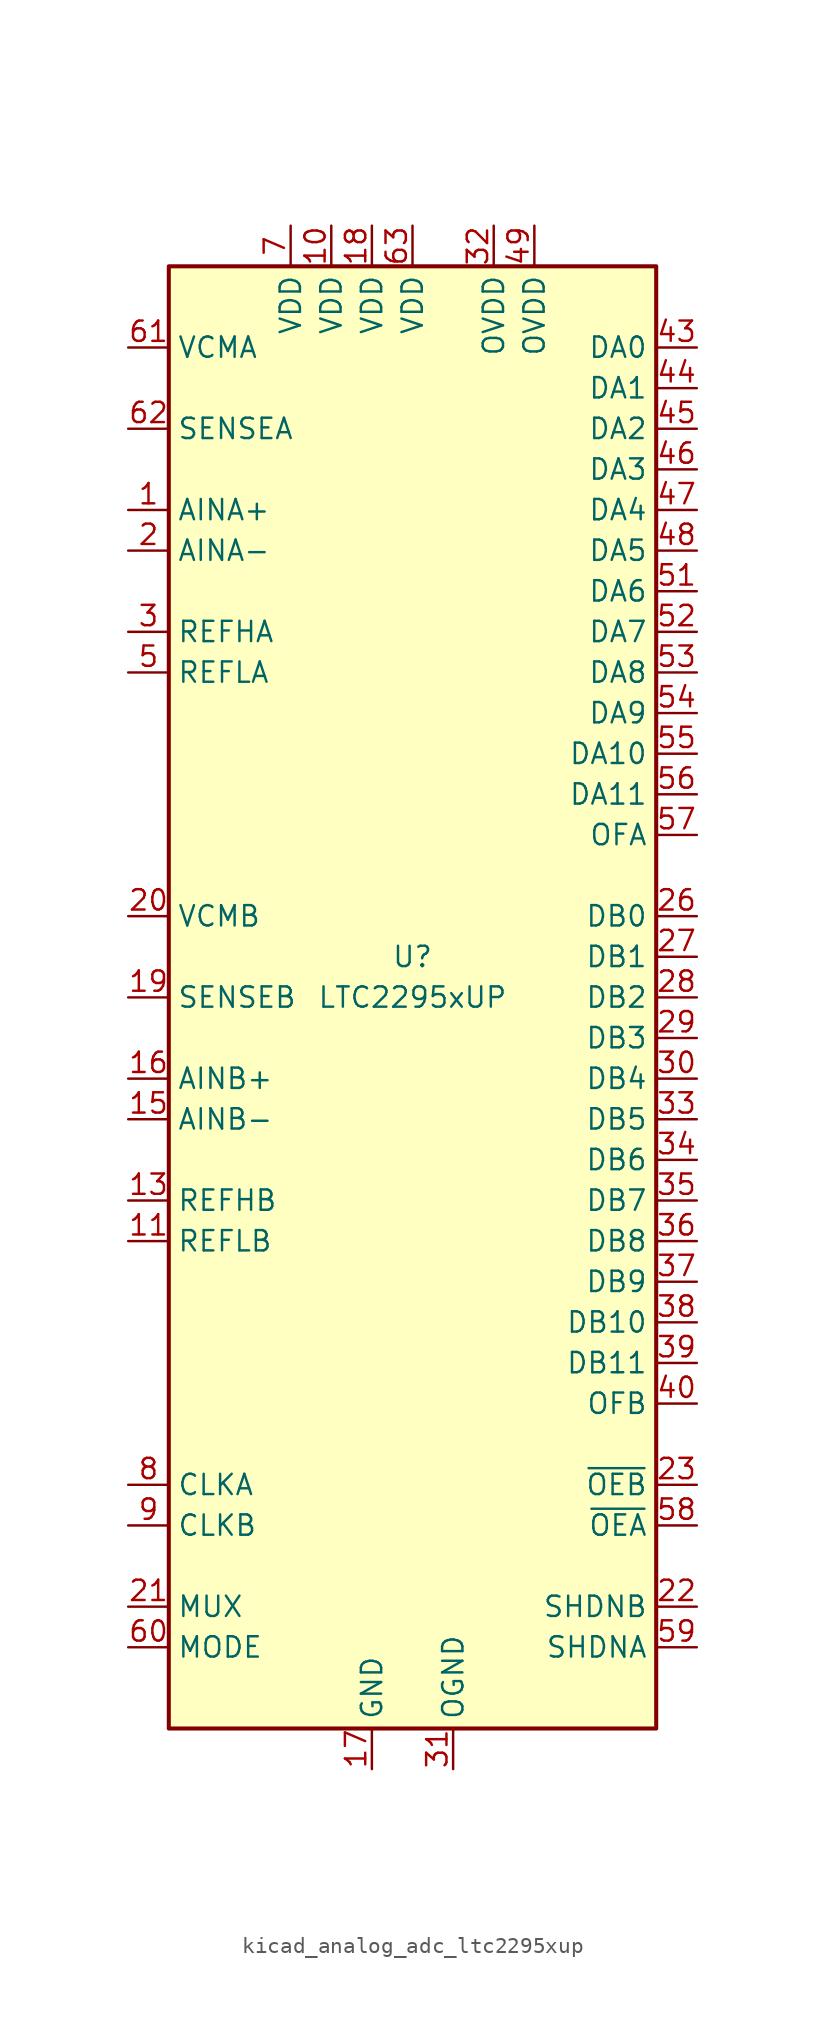
<source format=kicad_sym>
(kicad_symbol_lib
  (version 20220914)
  (generator kicad_symbol_editor)
  (symbol "kicad_analog_adc_ltc2295xup"
    (property "Reference" "U"
      (at 0 2.54 0)
      (effects (font (size 1.27 1.27))))
    (property "Value" "LTC2295xUP"
      (at 0 0 0)
      (effects (font (size 1.27 1.27))))
    (symbol "kicad_analog_adc_ltc2295xup_0_1"
      (rectangle (start -15.24 45.72) (end 15.24 -45.72) (stroke (width 0.254) (type default)) (fill (type background))))
    (symbol "kicad_analog_adc_ltc2295xup_1_1"
      (pin input line (at -17.78 30.48 0) (length 2.54) (name "AINA+" (effects (font (size 1.27 1.27)))) (number "1" (effects (font (size 1.27 1.27)))))
      (pin power_in line (at -5.08 48.26 270) (length 2.54) (name "VDD" (effects (font (size 1.27 1.27)))) (number "10" (effects (font (size 1.27 1.27)))))
      (pin input line (at -17.78 -15.24 0) (length 2.54) (name "REFLB" (effects (font (size 1.27 1.27)))) (number "11" (effects (font (size 1.27 1.27)))))
      (pin input line (at -17.78 -15.24 0) (length 2.54) hide (name "REFLB" (effects (font (size 1.27 1.27)))) (number "12" (effects (font (size 1.27 1.27)))))
      (pin input line (at -17.78 -12.7 0) (length 2.54) (name "REFHB" (effects (font (size 1.27 1.27)))) (number "13" (effects (font (size 1.27 1.27)))))
      (pin input line (at -17.78 -12.7 0) (length 2.54) hide (name "REFHB" (effects (font (size 1.27 1.27)))) (number "14" (effects (font (size 1.27 1.27)))))
      (pin input line (at -17.78 -7.62 0) (length 2.54) (name "AINB-" (effects (font (size 1.27 1.27)))) (number "15" (effects (font (size 1.27 1.27)))))
      (pin input line (at -17.78 -5.08 0) (length 2.54) (name "AINB+" (effects (font (size 1.27 1.27)))) (number "16" (effects (font (size 1.27 1.27)))))
      (pin power_in line (at -2.54 -48.26 90) (length 2.54) (name "GND" (effects (font (size 1.27 1.27)))) (number "17" (effects (font (size 1.27 1.27)))))
      (pin power_in line (at -2.54 48.26 270) (length 2.54) (name "VDD" (effects (font (size 1.27 1.27)))) (number "18" (effects (font (size 1.27 1.27)))))
      (pin input line (at -17.78 0 0) (length 2.54) (name "SENSEB" (effects (font (size 1.27 1.27)))) (number "19" (effects (font (size 1.27 1.27)))))
      (pin input line (at -17.78 27.94 0) (length 2.54) (name "AINA-" (effects (font (size 1.27 1.27)))) (number "2" (effects (font (size 1.27 1.27)))))
      (pin passive line (at -17.78 5.08 0) (length 2.54) (name "VCMB" (effects (font (size 1.27 1.27)))) (number "20" (effects (font (size 1.27 1.27)))))
      (pin input line (at -17.78 -38.1 0) (length 2.54) (name "MUX" (effects (font (size 1.27 1.27)))) (number "21" (effects (font (size 1.27 1.27)))))
      (pin input line (at 17.78 -38.1 180) (length 2.54) (name "SHDNB" (effects (font (size 1.27 1.27)))) (number "22" (effects (font (size 1.27 1.27)))))
      (pin input line (at 17.78 -30.48 180) (length 2.54) (name "~{OEB}" (effects (font (size 1.27 1.27)))) (number "23" (effects (font (size 1.27 1.27)))))
      (pin no_connect line (at -15.24 -20.32 0) (length 2.54) hide (name "NC" (effects (font (size 1.27 1.27)))) (number "24" (effects (font (size 1.27 1.27)))))
      (pin no_connect line (at -15.24 -22.86 0) (length 2.54) hide (name "NC" (effects (font (size 1.27 1.27)))) (number "25" (effects (font (size 1.27 1.27)))))
      (pin output line (at 17.78 5.08 180) (length 2.54) (name "DB0" (effects (font (size 1.27 1.27)))) (number "26" (effects (font (size 1.27 1.27)))))
      (pin output line (at 17.78 2.54 180) (length 2.54) (name "DB1" (effects (font (size 1.27 1.27)))) (number "27" (effects (font (size 1.27 1.27)))))
      (pin output line (at 17.78 0 180) (length 2.54) (name "DB2" (effects (font (size 1.27 1.27)))) (number "28" (effects (font (size 1.27 1.27)))))
      (pin output line (at 17.78 -2.54 180) (length 2.54) (name "DB3" (effects (font (size 1.27 1.27)))) (number "29" (effects (font (size 1.27 1.27)))))
      (pin input line (at -17.78 22.86 0) (length 2.54) (name "REFHA" (effects (font (size 1.27 1.27)))) (number "3" (effects (font (size 1.27 1.27)))))
      (pin output line (at 17.78 -5.08 180) (length 2.54) (name "DB4" (effects (font (size 1.27 1.27)))) (number "30" (effects (font (size 1.27 1.27)))))
      (pin power_in line (at 2.54 -48.26 90) (length 2.54) (name "OGND" (effects (font (size 1.27 1.27)))) (number "31" (effects (font (size 1.27 1.27)))))
      (pin power_in line (at 5.08 48.26 270) (length 2.54) (name "OVDD" (effects (font (size 1.27 1.27)))) (number "32" (effects (font (size 1.27 1.27)))))
      (pin output line (at 17.78 -7.62 180) (length 2.54) (name "DB5" (effects (font (size 1.27 1.27)))) (number "33" (effects (font (size 1.27 1.27)))))
      (pin output line (at 17.78 -10.16 180) (length 2.54) (name "DB6" (effects (font (size 1.27 1.27)))) (number "34" (effects (font (size 1.27 1.27)))))
      (pin output line (at 17.78 -12.7 180) (length 2.54) (name "DB7" (effects (font (size 1.27 1.27)))) (number "35" (effects (font (size 1.27 1.27)))))
      (pin output line (at 17.78 -15.24 180) (length 2.54) (name "DB8" (effects (font (size 1.27 1.27)))) (number "36" (effects (font (size 1.27 1.27)))))
      (pin output line (at 17.78 -17.78 180) (length 2.54) (name "DB9" (effects (font (size 1.27 1.27)))) (number "37" (effects (font (size 1.27 1.27)))))
      (pin output line (at 17.78 -20.32 180) (length 2.54) (name "DB10" (effects (font (size 1.27 1.27)))) (number "38" (effects (font (size 1.27 1.27)))))
      (pin output line (at 17.78 -22.86 180) (length 2.54) (name "DB11" (effects (font (size 1.27 1.27)))) (number "39" (effects (font (size 1.27 1.27)))))
      (pin input line (at -17.78 22.86 0) (length 2.54) hide (name "REFHA" (effects (font (size 1.27 1.27)))) (number "4" (effects (font (size 1.27 1.27)))))
      (pin output line (at 17.78 -25.4 180) (length 2.54) (name "OFB" (effects (font (size 1.27 1.27)))) (number "40" (effects (font (size 1.27 1.27)))))
      (pin no_connect line (at -15.24 -25.4 0) (length 2.54) hide (name "NC" (effects (font (size 1.27 1.27)))) (number "41" (effects (font (size 1.27 1.27)))))
      (pin no_connect line (at -15.24 -27.94 0) (length 2.54) hide (name "NC" (effects (font (size 1.27 1.27)))) (number "42" (effects (font (size 1.27 1.27)))))
      (pin output line (at 17.78 40.64 180) (length 2.54) (name "DA0" (effects (font (size 1.27 1.27)))) (number "43" (effects (font (size 1.27 1.27)))))
      (pin output line (at 17.78 38.1 180) (length 2.54) (name "DA1" (effects (font (size 1.27 1.27)))) (number "44" (effects (font (size 1.27 1.27)))))
      (pin output line (at 17.78 35.56 180) (length 2.54) (name "DA2" (effects (font (size 1.27 1.27)))) (number "45" (effects (font (size 1.27 1.27)))))
      (pin output line (at 17.78 33.02 180) (length 2.54) (name "DA3" (effects (font (size 1.27 1.27)))) (number "46" (effects (font (size 1.27 1.27)))))
      (pin output line (at 17.78 30.48 180) (length 2.54) (name "DA4" (effects (font (size 1.27 1.27)))) (number "47" (effects (font (size 1.27 1.27)))))
      (pin output line (at 17.78 27.94 180) (length 2.54) (name "DA5" (effects (font (size 1.27 1.27)))) (number "48" (effects (font (size 1.27 1.27)))))
      (pin power_in line (at 7.62 48.26 270) (length 2.54) (name "OVDD" (effects (font (size 1.27 1.27)))) (number "49" (effects (font (size 1.27 1.27)))))
      (pin input line (at -17.78 20.32 0) (length 2.54) (name "REFLA" (effects (font (size 1.27 1.27)))) (number "5" (effects (font (size 1.27 1.27)))))
      (pin passive line (at 2.54 -48.26 90) (length 2.54) hide (name "OGND" (effects (font (size 1.27 1.27)))) (number "50" (effects (font (size 1.27 1.27)))))
      (pin output line (at 17.78 25.4 180) (length 2.54) (name "DA6" (effects (font (size 1.27 1.27)))) (number "51" (effects (font (size 1.27 1.27)))))
      (pin output line (at 17.78 22.86 180) (length 2.54) (name "DA7" (effects (font (size 1.27 1.27)))) (number "52" (effects (font (size 1.27 1.27)))))
      (pin output line (at 17.78 20.32 180) (length 2.54) (name "DA8" (effects (font (size 1.27 1.27)))) (number "53" (effects (font (size 1.27 1.27)))))
      (pin output line (at 17.78 17.78 180) (length 2.54) (name "DA9" (effects (font (size 1.27 1.27)))) (number "54" (effects (font (size 1.27 1.27)))))
      (pin output line (at 17.78 15.24 180) (length 2.54) (name "DA10" (effects (font (size 1.27 1.27)))) (number "55" (effects (font (size 1.27 1.27)))))
      (pin output line (at 17.78 12.7 180) (length 2.54) (name "DA11" (effects (font (size 1.27 1.27)))) (number "56" (effects (font (size 1.27 1.27)))))
      (pin output line (at 17.78 10.16 180) (length 2.54) (name "OFA" (effects (font (size 1.27 1.27)))) (number "57" (effects (font (size 1.27 1.27)))))
      (pin input line (at 17.78 -33.02 180) (length 2.54) (name "~{OEA}" (effects (font (size 1.27 1.27)))) (number "58" (effects (font (size 1.27 1.27)))))
      (pin input line (at 17.78 -40.64 180) (length 2.54) (name "SHDNA" (effects (font (size 1.27 1.27)))) (number "59" (effects (font (size 1.27 1.27)))))
      (pin input line (at -17.78 20.32 0) (length 2.54) hide (name "REFLA" (effects (font (size 1.27 1.27)))) (number "6" (effects (font (size 1.27 1.27)))))
      (pin input line (at -17.78 -40.64 0) (length 2.54) (name "MODE" (effects (font (size 1.27 1.27)))) (number "60" (effects (font (size 1.27 1.27)))))
      (pin passive line (at -17.78 40.64 0) (length 2.54) (name "VCMA" (effects (font (size 1.27 1.27)))) (number "61" (effects (font (size 1.27 1.27)))))
      (pin input line (at -17.78 35.56 0) (length 2.54) (name "SENSEA" (effects (font (size 1.27 1.27)))) (number "62" (effects (font (size 1.27 1.27)))))
      (pin power_in line (at 0 48.26 270) (length 2.54) (name "VDD" (effects (font (size 1.27 1.27)))) (number "63" (effects (font (size 1.27 1.27)))))
      (pin passive line (at -2.54 -48.26 90) (length 2.54) hide (name "GND" (effects (font (size 1.27 1.27)))) (number "64" (effects (font (size 1.27 1.27)))))
      (pin passive line (at -2.54 -48.26 90) (length 2.54) hide (name "GND" (effects (font (size 1.27 1.27)))) (number "65" (effects (font (size 1.27 1.27)))))
      (pin power_in line (at -7.62 48.26 270) (length 2.54) (name "VDD" (effects (font (size 1.27 1.27)))) (number "7" (effects (font (size 1.27 1.27)))))
      (pin input line (at -17.78 -30.48 0) (length 2.54) (name "CLKA" (effects (font (size 1.27 1.27)))) (number "8" (effects (font (size 1.27 1.27)))))
      (pin input line (at -17.78 -33.02 0) (length 2.54) (name "CLKB" (effects (font (size 1.27 1.27)))) (number "9" (effects (font (size 1.27 1.27))))))))
</source>
